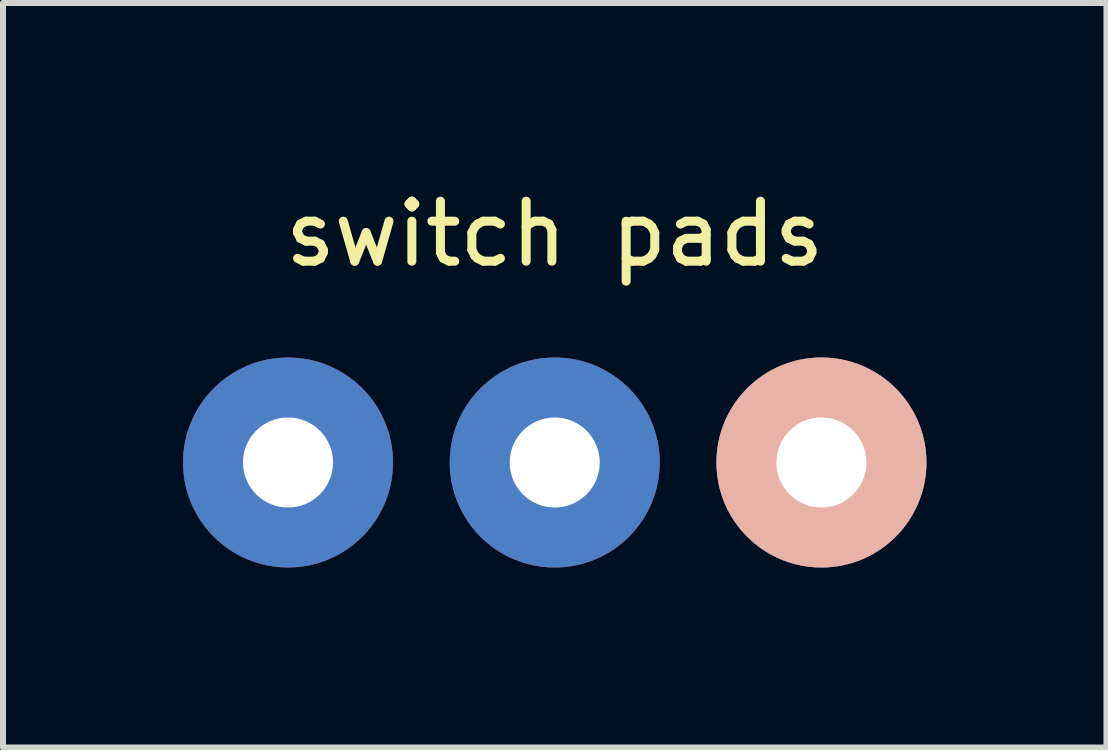
<source format=kicad_pcb>
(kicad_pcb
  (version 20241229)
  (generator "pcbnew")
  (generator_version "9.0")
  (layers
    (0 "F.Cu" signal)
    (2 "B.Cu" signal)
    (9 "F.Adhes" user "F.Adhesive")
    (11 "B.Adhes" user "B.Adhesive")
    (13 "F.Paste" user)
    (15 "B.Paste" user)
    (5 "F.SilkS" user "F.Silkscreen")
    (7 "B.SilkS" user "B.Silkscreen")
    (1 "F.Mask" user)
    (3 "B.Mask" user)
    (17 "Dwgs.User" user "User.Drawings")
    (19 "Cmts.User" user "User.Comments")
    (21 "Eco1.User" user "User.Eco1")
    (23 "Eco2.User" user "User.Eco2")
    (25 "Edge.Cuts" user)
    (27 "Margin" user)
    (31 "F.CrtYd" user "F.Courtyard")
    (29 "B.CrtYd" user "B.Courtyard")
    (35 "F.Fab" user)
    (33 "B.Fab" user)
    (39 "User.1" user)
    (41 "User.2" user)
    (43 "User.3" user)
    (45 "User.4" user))
  (footprint "switch pads"
    (layer "F.Cu")
    (at 6.195 4.658)
    (property "Reference" "switch pads" (at 0 -3.81 0) (layer "F.SilkS") (effects (font (size 1 1) (thickness 0.15))))
    (attr through_hole)
    (pad "1" thru_hole circle (at -4.445 0) (size 3.5 3.5) (drill 1.501) (layers "*.Cu" "*.Mask"))
    (pad "2" thru_hole circle (at 0 0) (size 3.5 3.5) (drill 1.501) (layers "*.Cu" "*.Mask"))
    (pad "3" thru_hole circle (at 4.445 0) (size 3.5 3.5) (drill 1.501) (layers "*.Cu" "*.Mask" "B.SilkS")))
  (gr_rect
    (start -3 -3)
    (end 15.39 9.408)
    (stroke (width 0.1) (type default))
    (fill no)
    (layer "Edge.Cuts")))
</source>
